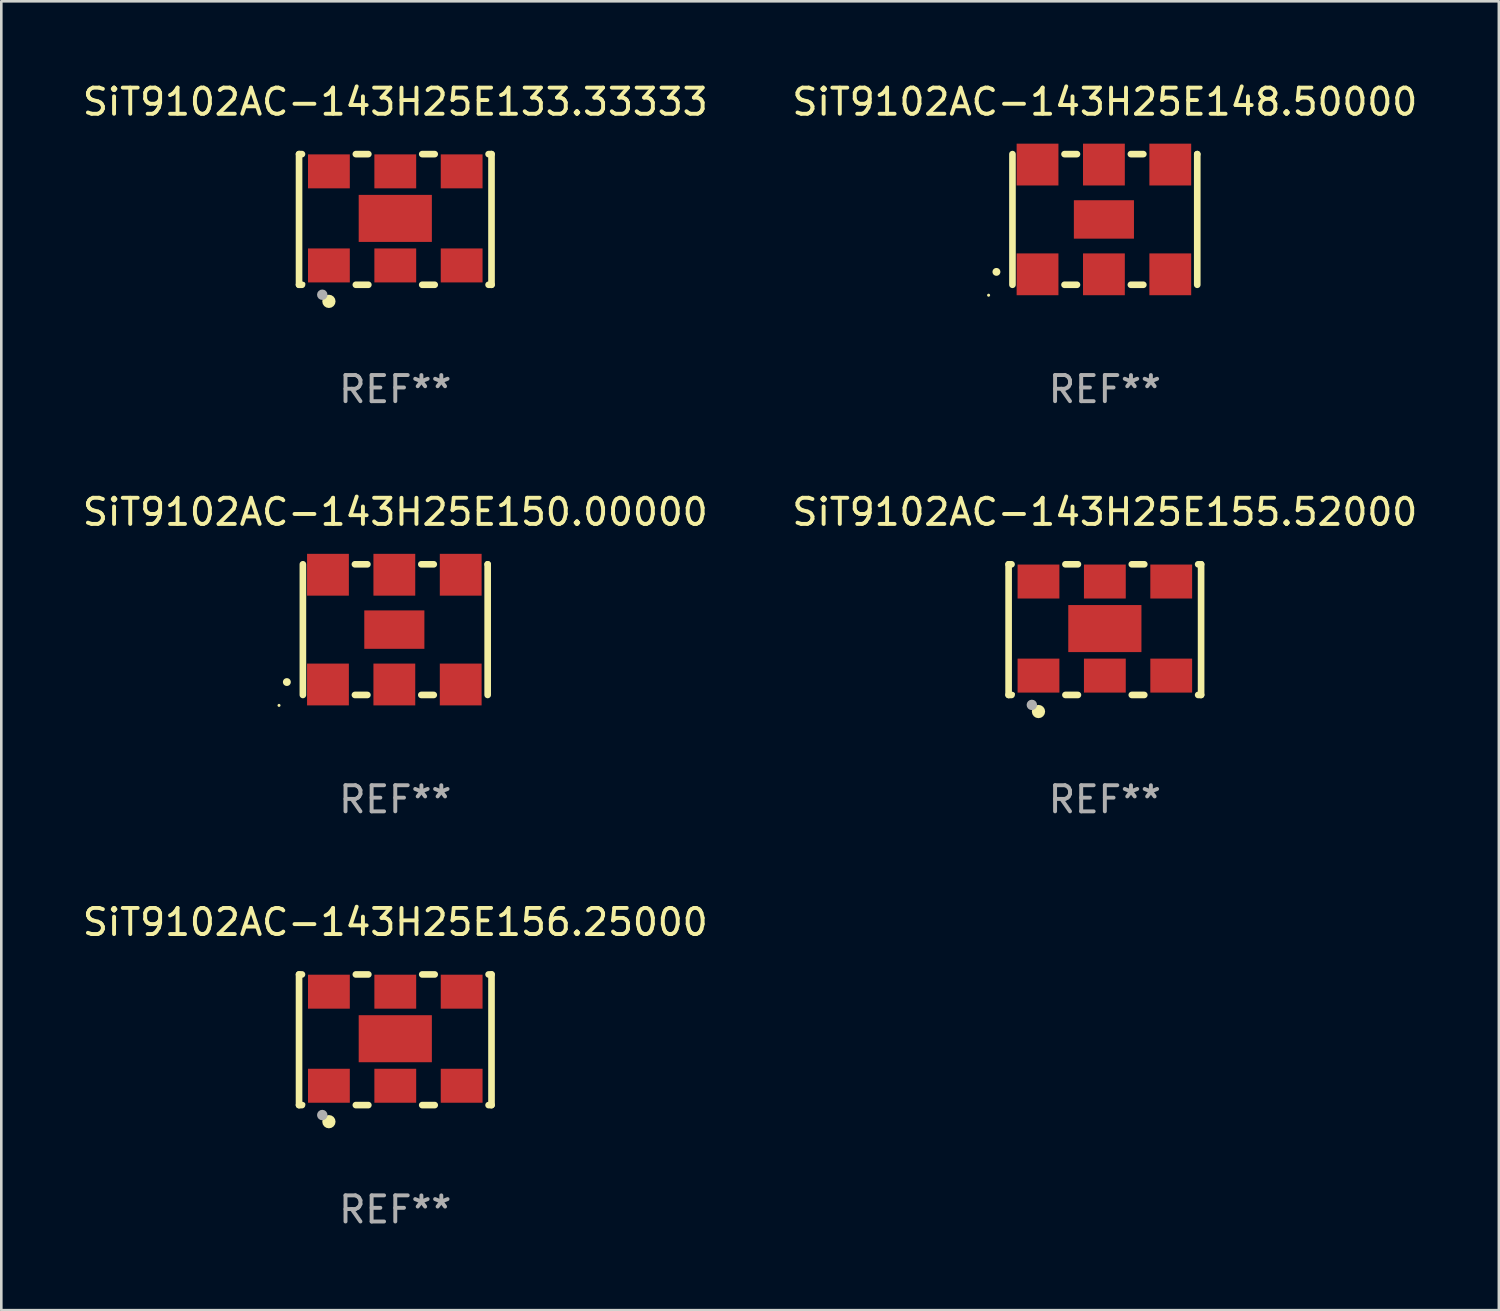
<source format=kicad_pcb>
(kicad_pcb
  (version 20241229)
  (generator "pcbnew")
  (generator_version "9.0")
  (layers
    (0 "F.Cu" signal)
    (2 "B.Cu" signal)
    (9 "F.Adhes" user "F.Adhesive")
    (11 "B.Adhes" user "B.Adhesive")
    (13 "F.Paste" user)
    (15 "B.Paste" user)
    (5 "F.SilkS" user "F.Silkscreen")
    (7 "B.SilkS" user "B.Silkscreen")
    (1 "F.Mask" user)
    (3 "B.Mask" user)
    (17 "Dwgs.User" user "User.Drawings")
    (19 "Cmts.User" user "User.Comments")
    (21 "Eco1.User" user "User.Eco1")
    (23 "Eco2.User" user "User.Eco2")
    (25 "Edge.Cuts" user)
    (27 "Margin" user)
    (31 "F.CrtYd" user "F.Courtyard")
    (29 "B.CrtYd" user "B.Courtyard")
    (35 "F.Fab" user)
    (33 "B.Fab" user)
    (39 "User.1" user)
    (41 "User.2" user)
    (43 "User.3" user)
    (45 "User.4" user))
  (footprint "SiT9102AC-143H25E156.25000"
    (layer "F.Cu")
    (at 12.077 36.741)
    (property "Reference" "SiT9102AC-143H25E156.25000" (at 0 -4.5 0) (layer "F.SilkS") (effects (font (size 1 1) (thickness 0.15))))
    (attr through_hole)
    (fp_line (start -3.683 -2.5) (end -3.571 -2.5) (stroke (width 0.254) (type solid)) (layer "F.SilkS"))
    (fp_line (start -3.683 2.5) (end -3.683 -2.5) (stroke (width 0.254) (type solid)) (layer "F.SilkS"))
    (fp_line (start -3.683 2.5) (end -3.571 2.5) (stroke (width 0.254) (type solid)) (layer "F.SilkS"))
    (fp_line (start -1.509 -2.5) (end -1.031 -2.5) (stroke (width 0.254) (type solid)) (layer "F.SilkS"))
    (fp_line (start -1.509 2.5) (end -1.031 2.5) (stroke (width 0.254) (type solid)) (layer "F.SilkS"))
    (fp_line (start 1.031 -2.5) (end 1.509 -2.5) (stroke (width 0.254) (type solid)) (layer "F.SilkS"))
    (fp_line (start 1.031 2.5) (end 1.509 2.5) (stroke (width 0.254) (type solid)) (layer "F.SilkS"))
    (fp_line (start 3.571 -2.5) (end 3.683 -2.5) (stroke (width 0.254) (type solid)) (layer "F.SilkS"))
    (fp_line (start 3.571 2.5) (end 3.683 2.5) (stroke (width 0.254) (type solid)) (layer "F.SilkS"))
    (fp_line (start 3.683 2.5) (end 3.683 -2.5) (stroke (width 0.254) (type solid)) (layer "F.SilkS"))
    (fp_circle (center -3.5 2.46) (end -3.47 2.46) (stroke (width 0.06) (type solid)) (fill no) (layer "F.SilkS"))
    (fp_circle (center -2.54 3.135) (end -2.413 3.135) (stroke (width 0.254) (type solid)) (fill no) (layer "F.SilkS"))
    (fp_circle (center -2.794 2.881) (end -2.694 2.881) (stroke (width 0.2) (type solid)) (fill no) (layer "F.Fab"))
    (fp_text user "REF**" (at 0 6.5 0) (layer "F.Fab") (effects (font (size 1 1) (thickness 0.15))))
    (pad "1" smd rect (at -2.54 1.76) (size 1.6 1.3) (layers "F.Cu" "F.Mask" "F.Paste"))
    (pad "2" smd rect (at 0 1.76) (size 1.6 1.3) (layers "F.Cu" "F.Mask" "F.Paste"))
    (pad "3" smd rect (at 2.54 1.76) (size 1.6 1.3) (layers "F.Cu" "F.Mask" "F.Paste"))
    (pad "4" smd rect (at 2.54 -1.84) (size 1.6 1.3) (layers "F.Cu" "F.Mask" "F.Paste"))
    (pad "5" smd rect (at 0 -1.84) (size 1.6 1.3) (layers "F.Cu" "F.Mask" "F.Paste"))
    (pad "6" smd rect (at -2.54 -1.84) (size 1.6 1.3) (layers "F.Cu" "F.Mask" "F.Paste"))
    (pad "7" smd rect (at 0 -0.04) (size 2.8 1.8) (layers "F.Cu" "F.Mask" "F.Paste")))
  (footprint "SiT9102AC-143H25E155.52000"
    (layer "F.Cu")
    (at 39.232 21.045)
    (property "Reference" "SiT9102AC-143H25E155.52000" (at 0 -4.5 0) (layer "F.SilkS") (effects (font (size 1 1) (thickness 0.15))))
    (attr through_hole)
    (fp_line (start -3.683 -2.5) (end -3.571 -2.5) (stroke (width 0.254) (type solid)) (layer "F.SilkS"))
    (fp_line (start -3.683 2.5) (end -3.683 -2.5) (stroke (width 0.254) (type solid)) (layer "F.SilkS"))
    (fp_line (start -3.683 2.5) (end -3.571 2.5) (stroke (width 0.254) (type solid)) (layer "F.SilkS"))
    (fp_line (start -1.509 -2.5) (end -1.031 -2.5) (stroke (width 0.254) (type solid)) (layer "F.SilkS"))
    (fp_line (start -1.509 2.5) (end -1.031 2.5) (stroke (width 0.254) (type solid)) (layer "F.SilkS"))
    (fp_line (start 1.031 -2.5) (end 1.509 -2.5) (stroke (width 0.254) (type solid)) (layer "F.SilkS"))
    (fp_line (start 1.031 2.5) (end 1.509 2.5) (stroke (width 0.254) (type solid)) (layer "F.SilkS"))
    (fp_line (start 3.571 -2.5) (end 3.683 -2.5) (stroke (width 0.254) (type solid)) (layer "F.SilkS"))
    (fp_line (start 3.571 2.5) (end 3.683 2.5) (stroke (width 0.254) (type solid)) (layer "F.SilkS"))
    (fp_line (start 3.683 2.5) (end 3.683 -2.5) (stroke (width 0.254) (type solid)) (layer "F.SilkS"))
    (fp_circle (center -3.5 2.46) (end -3.47 2.46) (stroke (width 0.06) (type solid)) (fill no) (layer "F.SilkS"))
    (fp_circle (center -2.54 3.135) (end -2.413 3.135) (stroke (width 0.254) (type solid)) (fill no) (layer "F.SilkS"))
    (fp_circle (center -2.794 2.881) (end -2.694 2.881) (stroke (width 0.2) (type solid)) (fill no) (layer "F.Fab"))
    (fp_text user "REF**" (at 0 6.5 0) (layer "F.Fab") (effects (font (size 1 1) (thickness 0.15))))
    (pad "1" smd rect (at -2.54 1.76) (size 1.6 1.3) (layers "F.Cu" "F.Mask" "F.Paste"))
    (pad "2" smd rect (at 0 1.76) (size 1.6 1.3) (layers "F.Cu" "F.Mask" "F.Paste"))
    (pad "3" smd rect (at 2.54 1.76) (size 1.6 1.3) (layers "F.Cu" "F.Mask" "F.Paste"))
    (pad "4" smd rect (at 2.54 -1.84) (size 1.6 1.3) (layers "F.Cu" "F.Mask" "F.Paste"))
    (pad "5" smd rect (at 0 -1.84) (size 1.6 1.3) (layers "F.Cu" "F.Mask" "F.Paste"))
    (pad "6" smd rect (at -2.54 -1.84) (size 1.6 1.3) (layers "F.Cu" "F.Mask" "F.Paste"))
    (pad "7" smd rect (at 0 -0.04) (size 2.8 1.8) (layers "F.Cu" "F.Mask" "F.Paste")))
  (footprint "SiT9102AC-143H25E150.00000"
    (layer "F.Cu")
    (at 12.077 21.045)
    (property "Reference" "SiT9102AC-143H25E150.00000" (at 0 -4.5 0) (layer "F.SilkS") (effects (font (size 1 1) (thickness 0.15))))
    (attr through_hole)
    (fp_line (start -3.536 -2.5) (end -3.536 2.5) (stroke (width 0.254) (type solid)) (layer "F.SilkS"))
    (fp_line (start -1.544 2.5) (end -1.067 2.5) (stroke (width 0.254) (type solid)) (layer "F.SilkS"))
    (fp_line (start -1.067 -2.5) (end -1.544 -2.5) (stroke (width 0.254) (type solid)) (layer "F.SilkS"))
    (fp_line (start 0.996 2.5) (end 1.473 2.5) (stroke (width 0.254) (type solid)) (layer "F.SilkS"))
    (fp_line (start 1.473 -2.5) (end 0.996 -2.5) (stroke (width 0.254) (type solid)) (layer "F.SilkS"))
    (fp_line (start 3.536 -2.5) (end 3.536 -2.5) (stroke (width 0.254) (type solid)) (layer "F.SilkS"))
    (fp_line (start 3.536 2.5) (end 3.536 -2.5) (stroke (width 0.254) (type solid)) (layer "F.SilkS"))
    (fp_arc (start -4.150432 2.006604) (mid -4.149162 2.006599) (end -4.147892 2.006604) (stroke (width 0.3) (type solid)) (layer "F.SilkS"))
    (fp_circle (center -4.449 2.9) (end -4.419 2.9) (stroke (width 0.06) (type solid)) (fill no) (layer "F.SilkS"))
    (fp_text user "REF**" (at 0 6.5 0) (layer "F.Fab") (effects (font (size 1 1) (thickness 0.15))))
    (pad "1" smd rect (at -2.576 2.1) (size 1.6 1.6) (layers "F.Cu" "F.Mask" "F.Paste"))
    (pad "2" smd rect (at -0.036 2.1) (size 1.6 1.6) (layers "F.Cu" "F.Mask" "F.Paste"))
    (pad "3" smd rect (at 2.504 2.1) (size 1.6 1.6) (layers "F.Cu" "F.Mask" "F.Paste"))
    (pad "4" smd rect (at 2.504 -2.1) (size 1.6 1.6) (layers "F.Cu" "F.Mask" "F.Paste"))
    (pad "5" smd rect (at -0.036 -2.1) (size 1.6 1.6) (layers "F.Cu" "F.Mask" "F.Paste"))
    (pad "6" smd rect (at -2.576 -2.1) (size 1.6 1.6) (layers "F.Cu" "F.Mask" "F.Paste"))
    (pad "7" smd rect (at -0.036 0) (size 2.3 1.47) (layers "F.Cu" "F.Mask" "F.Paste")))
  (footprint "SiT9102AC-143H25E148.50000"
    (layer "F.Cu")
    (at 39.232 5.348)
    (property "Reference" "SiT9102AC-143H25E148.50000" (at 0 -4.5 0) (layer "F.SilkS") (effects (font (size 1 1) (thickness 0.15))))
    (attr through_hole)
    (fp_line (start -3.536 -2.5) (end -3.536 2.5) (stroke (width 0.254) (type solid)) (layer "F.SilkS"))
    (fp_line (start -1.544 2.5) (end -1.067 2.5) (stroke (width 0.254) (type solid)) (layer "F.SilkS"))
    (fp_line (start -1.067 -2.5) (end -1.544 -2.5) (stroke (width 0.254) (type solid)) (layer "F.SilkS"))
    (fp_line (start 0.996 2.5) (end 1.473 2.5) (stroke (width 0.254) (type solid)) (layer "F.SilkS"))
    (fp_line (start 1.473 -2.5) (end 0.996 -2.5) (stroke (width 0.254) (type solid)) (layer "F.SilkS"))
    (fp_line (start 3.536 -2.5) (end 3.536 -2.5) (stroke (width 0.254) (type solid)) (layer "F.SilkS"))
    (fp_line (start 3.536 2.5) (end 3.536 -2.5) (stroke (width 0.254) (type solid)) (layer "F.SilkS"))
    (fp_arc (start -4.150432 2.006604) (mid -4.149162 2.006599) (end -4.147892 2.006604) (stroke (width 0.3) (type solid)) (layer "F.SilkS"))
    (fp_circle (center -4.449 2.9) (end -4.419 2.9) (stroke (width 0.06) (type solid)) (fill no) (layer "F.SilkS"))
    (fp_text user "REF**" (at 0 6.5 0) (layer "F.Fab") (effects (font (size 1 1) (thickness 0.15))))
    (pad "1" smd rect (at -2.576 2.1) (size 1.6 1.6) (layers "F.Cu" "F.Mask" "F.Paste"))
    (pad "2" smd rect (at -0.036 2.1) (size 1.6 1.6) (layers "F.Cu" "F.Mask" "F.Paste"))
    (pad "3" smd rect (at 2.504 2.1) (size 1.6 1.6) (layers "F.Cu" "F.Mask" "F.Paste"))
    (pad "4" smd rect (at 2.504 -2.1) (size 1.6 1.6) (layers "F.Cu" "F.Mask" "F.Paste"))
    (pad "5" smd rect (at -0.036 -2.1) (size 1.6 1.6) (layers "F.Cu" "F.Mask" "F.Paste"))
    (pad "6" smd rect (at -2.576 -2.1) (size 1.6 1.6) (layers "F.Cu" "F.Mask" "F.Paste"))
    (pad "7" smd rect (at -0.036 0) (size 2.3 1.47) (layers "F.Cu" "F.Mask" "F.Paste")))
  (footprint "SiT9102AC-143H25E133.33333"
    (layer "F.Cu")
    (at 12.077 5.348)
    (property "Reference" "SiT9102AC-143H25E133.33333" (at 0 -4.5 0) (layer "F.SilkS") (effects (font (size 1 1) (thickness 0.15))))
    (attr through_hole)
    (fp_line (start -3.683 -2.5) (end -3.571 -2.5) (stroke (width 0.254) (type solid)) (layer "F.SilkS"))
    (fp_line (start -3.683 2.5) (end -3.683 -2.5) (stroke (width 0.254) (type solid)) (layer "F.SilkS"))
    (fp_line (start -3.683 2.5) (end -3.571 2.5) (stroke (width 0.254) (type solid)) (layer "F.SilkS"))
    (fp_line (start -1.509 -2.5) (end -1.031 -2.5) (stroke (width 0.254) (type solid)) (layer "F.SilkS"))
    (fp_line (start -1.509 2.5) (end -1.031 2.5) (stroke (width 0.254) (type solid)) (layer "F.SilkS"))
    (fp_line (start 1.031 -2.5) (end 1.509 -2.5) (stroke (width 0.254) (type solid)) (layer "F.SilkS"))
    (fp_line (start 1.031 2.5) (end 1.509 2.5) (stroke (width 0.254) (type solid)) (layer "F.SilkS"))
    (fp_line (start 3.571 -2.5) (end 3.683 -2.5) (stroke (width 0.254) (type solid)) (layer "F.SilkS"))
    (fp_line (start 3.571 2.5) (end 3.683 2.5) (stroke (width 0.254) (type solid)) (layer "F.SilkS"))
    (fp_line (start 3.683 2.5) (end 3.683 -2.5) (stroke (width 0.254) (type solid)) (layer "F.SilkS"))
    (fp_circle (center -3.5 2.46) (end -3.47 2.46) (stroke (width 0.06) (type solid)) (fill no) (layer "F.SilkS"))
    (fp_circle (center -2.54 3.135) (end -2.413 3.135) (stroke (width 0.254) (type solid)) (fill no) (layer "F.SilkS"))
    (fp_circle (center -2.794 2.881) (end -2.694 2.881) (stroke (width 0.2) (type solid)) (fill no) (layer "F.Fab"))
    (fp_text user "REF**" (at 0 6.5 0) (layer "F.Fab") (effects (font (size 1 1) (thickness 0.15))))
    (pad "1" smd rect (at -2.54 1.76) (size 1.6 1.3) (layers "F.Cu" "F.Mask" "F.Paste"))
    (pad "2" smd rect (at 0 1.76) (size 1.6 1.3) (layers "F.Cu" "F.Mask" "F.Paste"))
    (pad "3" smd rect (at 2.54 1.76) (size 1.6 1.3) (layers "F.Cu" "F.Mask" "F.Paste"))
    (pad "4" smd rect (at 2.54 -1.84) (size 1.6 1.3) (layers "F.Cu" "F.Mask" "F.Paste"))
    (pad "5" smd rect (at 0 -1.84) (size 1.6 1.3) (layers "F.Cu" "F.Mask" "F.Paste"))
    (pad "6" smd rect (at -2.54 -1.84) (size 1.6 1.3) (layers "F.Cu" "F.Mask" "F.Paste"))
    (pad "7" smd rect (at 0 -0.04) (size 2.8 1.8) (layers "F.Cu" "F.Mask" "F.Paste")))
  (gr_rect
    (start -3 -3)
    (end 54.31 47.09)
    (stroke (width 0.1) (type default))
    (fill no)
    (layer "Edge.Cuts")))
</source>
